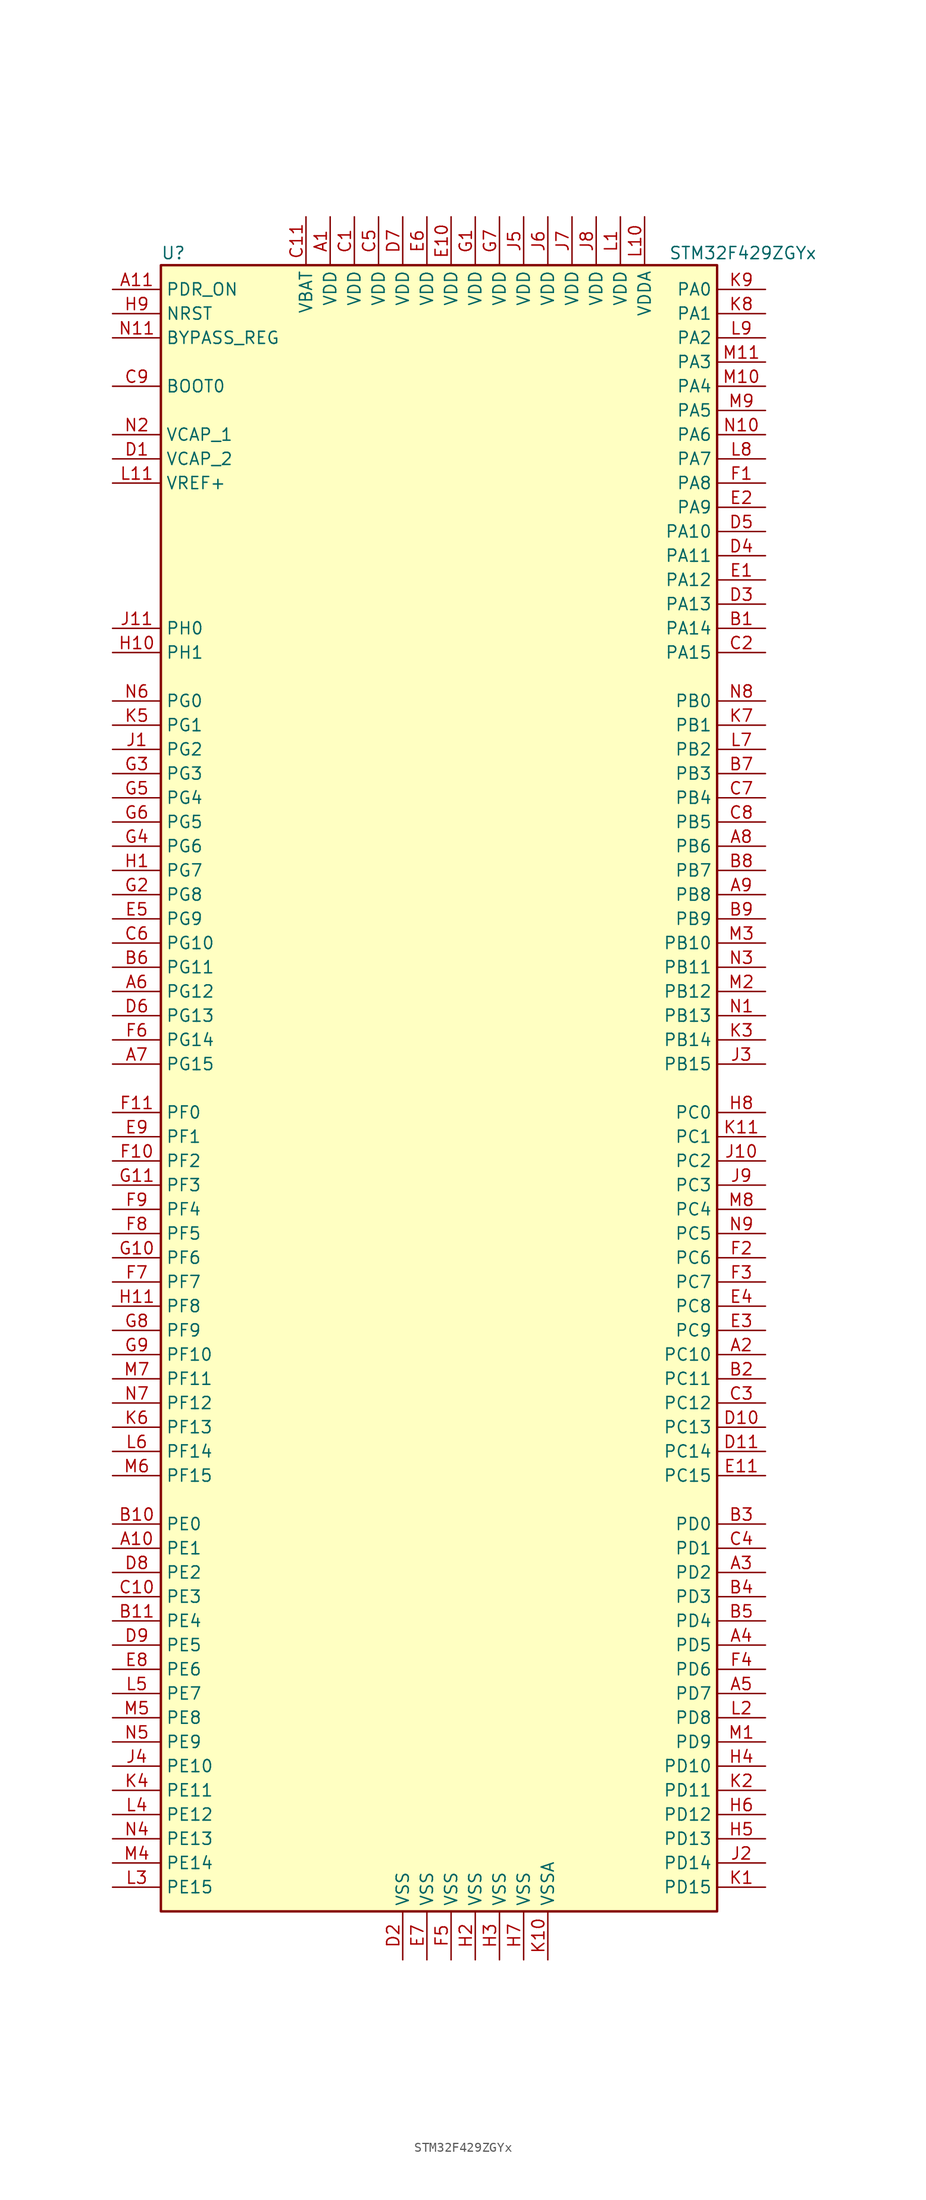
<source format=kicad_sym>
(kicad_symbol_lib
  (version 20201005)
  (generator kicad_symbol_editor)
  (symbol "MCU_ST_STM32F4:STM32F429ZGYx"
    (property "Reference" "U"
      (at -30.48 87.63 0)
      (effects (font (size 1.27 1.27)) (justify left)))
    (property "Value" "STM32F429ZGYx"
      (at 22.86 87.63 0)
      (effects (font (size 1.27 1.27)) (justify left)))
    (symbol "STM32F429ZGYx_0_1"
      (rectangle (start -30.48 -86.36) (end 27.94 86.36) (stroke (width 0.254)) (fill (type background))))
    (symbol "STM32F429ZGYx_1_1"
      (pin input line (at -35.56 73.66 0) (length 5.08) (name "BOOT0" (effects (font (size 1.27 1.27)))) (number "C9" (effects (font (size 1.27 1.27)))))
      (pin input line (at -35.56 78.74 0) (length 5.08) (name "BYPASS_REG" (effects (font (size 1.27 1.27)))) (number "N11" (effects (font (size 1.27 1.27)))))
      (pin input line (at -35.56 81.28 0) (length 5.08) (name "NRST" (effects (font (size 1.27 1.27)))) (number "H9" (effects (font (size 1.27 1.27)))))
      (pin bidirectional line (at 33.02 83.82 180) (length 5.08) (name "PA0" (effects (font (size 1.27 1.27)))) (number "K9" (effects (font (size 1.27 1.27)))))
      (pin bidirectional line (at 33.02 81.28 180) (length 5.08) (name "PA1" (effects (font (size 1.27 1.27)))) (number "K8" (effects (font (size 1.27 1.27)))))
      (pin bidirectional line (at 33.02 58.42 180) (length 5.08) (name "PA10" (effects (font (size 1.27 1.27)))) (number "D5" (effects (font (size 1.27 1.27)))))
      (pin bidirectional line (at 33.02 55.88 180) (length 5.08) (name "PA11" (effects (font (size 1.27 1.27)))) (number "D4" (effects (font (size 1.27 1.27)))))
      (pin bidirectional line (at 33.02 53.34 180) (length 5.08) (name "PA12" (effects (font (size 1.27 1.27)))) (number "E1" (effects (font (size 1.27 1.27)))))
      (pin bidirectional line (at 33.02 50.8 180) (length 5.08) (name "PA13" (effects (font (size 1.27 1.27)))) (number "D3" (effects (font (size 1.27 1.27)))))
      (pin bidirectional line (at 33.02 48.26 180) (length 5.08) (name "PA14" (effects (font (size 1.27 1.27)))) (number "B1" (effects (font (size 1.27 1.27)))))
      (pin bidirectional line (at 33.02 45.72 180) (length 5.08) (name "PA15" (effects (font (size 1.27 1.27)))) (number "C2" (effects (font (size 1.27 1.27)))))
      (pin bidirectional line (at 33.02 78.74 180) (length 5.08) (name "PA2" (effects (font (size 1.27 1.27)))) (number "L9" (effects (font (size 1.27 1.27)))))
      (pin bidirectional line (at 33.02 76.2 180) (length 5.08) (name "PA3" (effects (font (size 1.27 1.27)))) (number "M11" (effects (font (size 1.27 1.27)))))
      (pin bidirectional line (at 33.02 73.66 180) (length 5.08) (name "PA4" (effects (font (size 1.27 1.27)))) (number "M10" (effects (font (size 1.27 1.27)))))
      (pin bidirectional line (at 33.02 71.12 180) (length 5.08) (name "PA5" (effects (font (size 1.27 1.27)))) (number "M9" (effects (font (size 1.27 1.27)))))
      (pin bidirectional line (at 33.02 68.58 180) (length 5.08) (name "PA6" (effects (font (size 1.27 1.27)))) (number "N10" (effects (font (size 1.27 1.27)))))
      (pin bidirectional line (at 33.02 66.04 180) (length 5.08) (name "PA7" (effects (font (size 1.27 1.27)))) (number "L8" (effects (font (size 1.27 1.27)))))
      (pin bidirectional line (at 33.02 63.5 180) (length 5.08) (name "PA8" (effects (font (size 1.27 1.27)))) (number "F1" (effects (font (size 1.27 1.27)))))
      (pin bidirectional line (at 33.02 60.96 180) (length 5.08) (name "PA9" (effects (font (size 1.27 1.27)))) (number "E2" (effects (font (size 1.27 1.27)))))
      (pin bidirectional line (at 33.02 40.64 180) (length 5.08) (name "PB0" (effects (font (size 1.27 1.27)))) (number "N8" (effects (font (size 1.27 1.27)))))
      (pin bidirectional line (at 33.02 38.1 180) (length 5.08) (name "PB1" (effects (font (size 1.27 1.27)))) (number "K7" (effects (font (size 1.27 1.27)))))
      (pin bidirectional line (at 33.02 15.24 180) (length 5.08) (name "PB10" (effects (font (size 1.27 1.27)))) (number "M3" (effects (font (size 1.27 1.27)))))
      (pin bidirectional line (at 33.02 12.7 180) (length 5.08) (name "PB11" (effects (font (size 1.27 1.27)))) (number "N3" (effects (font (size 1.27 1.27)))))
      (pin bidirectional line (at 33.02 10.16 180) (length 5.08) (name "PB12" (effects (font (size 1.27 1.27)))) (number "M2" (effects (font (size 1.27 1.27)))))
      (pin bidirectional line (at 33.02 7.62 180) (length 5.08) (name "PB13" (effects (font (size 1.27 1.27)))) (number "N1" (effects (font (size 1.27 1.27)))))
      (pin bidirectional line (at 33.02 5.08 180) (length 5.08) (name "PB14" (effects (font (size 1.27 1.27)))) (number "K3" (effects (font (size 1.27 1.27)))))
      (pin bidirectional line (at 33.02 2.54 180) (length 5.08) (name "PB15" (effects (font (size 1.27 1.27)))) (number "J3" (effects (font (size 1.27 1.27)))))
      (pin bidirectional line (at 33.02 35.56 180) (length 5.08) (name "PB2" (effects (font (size 1.27 1.27)))) (number "L7" (effects (font (size 1.27 1.27)))))
      (pin bidirectional line (at 33.02 33.02 180) (length 5.08) (name "PB3" (effects (font (size 1.27 1.27)))) (number "B7" (effects (font (size 1.27 1.27)))))
      (pin bidirectional line (at 33.02 30.48 180) (length 5.08) (name "PB4" (effects (font (size 1.27 1.27)))) (number "C7" (effects (font (size 1.27 1.27)))))
      (pin bidirectional line (at 33.02 27.94 180) (length 5.08) (name "PB5" (effects (font (size 1.27 1.27)))) (number "C8" (effects (font (size 1.27 1.27)))))
      (pin bidirectional line (at 33.02 25.4 180) (length 5.08) (name "PB6" (effects (font (size 1.27 1.27)))) (number "A8" (effects (font (size 1.27 1.27)))))
      (pin bidirectional line (at 33.02 22.86 180) (length 5.08) (name "PB7" (effects (font (size 1.27 1.27)))) (number "B8" (effects (font (size 1.27 1.27)))))
      (pin bidirectional line (at 33.02 20.32 180) (length 5.08) (name "PB8" (effects (font (size 1.27 1.27)))) (number "A9" (effects (font (size 1.27 1.27)))))
      (pin bidirectional line (at 33.02 17.78 180) (length 5.08) (name "PB9" (effects (font (size 1.27 1.27)))) (number "B9" (effects (font (size 1.27 1.27)))))
      (pin bidirectional line (at 33.02 -2.54 180) (length 5.08) (name "PC0" (effects (font (size 1.27 1.27)))) (number "H8" (effects (font (size 1.27 1.27)))))
      (pin bidirectional line (at 33.02 -5.08 180) (length 5.08) (name "PC1" (effects (font (size 1.27 1.27)))) (number "K11" (effects (font (size 1.27 1.27)))))
      (pin bidirectional line (at 33.02 -27.94 180) (length 5.08) (name "PC10" (effects (font (size 1.27 1.27)))) (number "A2" (effects (font (size 1.27 1.27)))))
      (pin bidirectional line (at 33.02 -30.48 180) (length 5.08) (name "PC11" (effects (font (size 1.27 1.27)))) (number "B2" (effects (font (size 1.27 1.27)))))
      (pin bidirectional line (at 33.02 -33.02 180) (length 5.08) (name "PC12" (effects (font (size 1.27 1.27)))) (number "C3" (effects (font (size 1.27 1.27)))))
      (pin bidirectional line (at 33.02 -35.56 180) (length 5.08) (name "PC13" (effects (font (size 1.27 1.27)))) (number "D10" (effects (font (size 1.27 1.27)))))
      (pin bidirectional line (at 33.02 -38.1 180) (length 5.08) (name "PC14" (effects (font (size 1.27 1.27)))) (number "D11" (effects (font (size 1.27 1.27)))))
      (pin bidirectional line (at 33.02 -40.64 180) (length 5.08) (name "PC15" (effects (font (size 1.27 1.27)))) (number "E11" (effects (font (size 1.27 1.27)))))
      (pin bidirectional line (at 33.02 -7.62 180) (length 5.08) (name "PC2" (effects (font (size 1.27 1.27)))) (number "J10" (effects (font (size 1.27 1.27)))))
      (pin bidirectional line (at 33.02 -10.16 180) (length 5.08) (name "PC3" (effects (font (size 1.27 1.27)))) (number "J9" (effects (font (size 1.27 1.27)))))
      (pin bidirectional line (at 33.02 -12.7 180) (length 5.08) (name "PC4" (effects (font (size 1.27 1.27)))) (number "M8" (effects (font (size 1.27 1.27)))))
      (pin bidirectional line (at 33.02 -15.24 180) (length 5.08) (name "PC5" (effects (font (size 1.27 1.27)))) (number "N9" (effects (font (size 1.27 1.27)))))
      (pin bidirectional line (at 33.02 -17.78 180) (length 5.08) (name "PC6" (effects (font (size 1.27 1.27)))) (number "F2" (effects (font (size 1.27 1.27)))))
      (pin bidirectional line (at 33.02 -20.32 180) (length 5.08) (name "PC7" (effects (font (size 1.27 1.27)))) (number "F3" (effects (font (size 1.27 1.27)))))
      (pin bidirectional line (at 33.02 -22.86 180) (length 5.08) (name "PC8" (effects (font (size 1.27 1.27)))) (number "E4" (effects (font (size 1.27 1.27)))))
      (pin bidirectional line (at 33.02 -25.4 180) (length 5.08) (name "PC9" (effects (font (size 1.27 1.27)))) (number "E3" (effects (font (size 1.27 1.27)))))
      (pin bidirectional line (at 33.02 -45.72 180) (length 5.08) (name "PD0" (effects (font (size 1.27 1.27)))) (number "B3" (effects (font (size 1.27 1.27)))))
      (pin bidirectional line (at 33.02 -48.26 180) (length 5.08) (name "PD1" (effects (font (size 1.27 1.27)))) (number "C4" (effects (font (size 1.27 1.27)))))
      (pin bidirectional line (at 33.02 -71.12 180) (length 5.08) (name "PD10" (effects (font (size 1.27 1.27)))) (number "H4" (effects (font (size 1.27 1.27)))))
      (pin bidirectional line (at 33.02 -73.66 180) (length 5.08) (name "PD11" (effects (font (size 1.27 1.27)))) (number "K2" (effects (font (size 1.27 1.27)))))
      (pin bidirectional line (at 33.02 -76.2 180) (length 5.08) (name "PD12" (effects (font (size 1.27 1.27)))) (number "H6" (effects (font (size 1.27 1.27)))))
      (pin bidirectional line (at 33.02 -78.74 180) (length 5.08) (name "PD13" (effects (font (size 1.27 1.27)))) (number "H5" (effects (font (size 1.27 1.27)))))
      (pin bidirectional line (at 33.02 -81.28 180) (length 5.08) (name "PD14" (effects (font (size 1.27 1.27)))) (number "J2" (effects (font (size 1.27 1.27)))))
      (pin bidirectional line (at 33.02 -83.82 180) (length 5.08) (name "PD15" (effects (font (size 1.27 1.27)))) (number "K1" (effects (font (size 1.27 1.27)))))
      (pin bidirectional line (at 33.02 -50.8 180) (length 5.08) (name "PD2" (effects (font (size 1.27 1.27)))) (number "A3" (effects (font (size 1.27 1.27)))))
      (pin bidirectional line (at 33.02 -53.34 180) (length 5.08) (name "PD3" (effects (font (size 1.27 1.27)))) (number "B4" (effects (font (size 1.27 1.27)))))
      (pin bidirectional line (at 33.02 -55.88 180) (length 5.08) (name "PD4" (effects (font (size 1.27 1.27)))) (number "B5" (effects (font (size 1.27 1.27)))))
      (pin bidirectional line (at 33.02 -58.42 180) (length 5.08) (name "PD5" (effects (font (size 1.27 1.27)))) (number "A4" (effects (font (size 1.27 1.27)))))
      (pin bidirectional line (at 33.02 -60.96 180) (length 5.08) (name "PD6" (effects (font (size 1.27 1.27)))) (number "F4" (effects (font (size 1.27 1.27)))))
      (pin bidirectional line (at 33.02 -63.5 180) (length 5.08) (name "PD7" (effects (font (size 1.27 1.27)))) (number "A5" (effects (font (size 1.27 1.27)))))
      (pin bidirectional line (at 33.02 -66.04 180) (length 5.08) (name "PD8" (effects (font (size 1.27 1.27)))) (number "L2" (effects (font (size 1.27 1.27)))))
      (pin bidirectional line (at 33.02 -68.58 180) (length 5.08) (name "PD9" (effects (font (size 1.27 1.27)))) (number "M1" (effects (font (size 1.27 1.27)))))
      (pin input line (at -35.56 83.82 0) (length 5.08) (name "PDR_ON" (effects (font (size 1.27 1.27)))) (number "A11" (effects (font (size 1.27 1.27)))))
      (pin bidirectional line (at -35.56 -45.72 0) (length 5.08) (name "PE0" (effects (font (size 1.27 1.27)))) (number "B10" (effects (font (size 1.27 1.27)))))
      (pin bidirectional line (at -35.56 -48.26 0) (length 5.08) (name "PE1" (effects (font (size 1.27 1.27)))) (number "A10" (effects (font (size 1.27 1.27)))))
      (pin bidirectional line (at -35.56 -71.12 0) (length 5.08) (name "PE10" (effects (font (size 1.27 1.27)))) (number "J4" (effects (font (size 1.27 1.27)))))
      (pin bidirectional line (at -35.56 -73.66 0) (length 5.08) (name "PE11" (effects (font (size 1.27 1.27)))) (number "K4" (effects (font (size 1.27 1.27)))))
      (pin bidirectional line (at -35.56 -76.2 0) (length 5.08) (name "PE12" (effects (font (size 1.27 1.27)))) (number "L4" (effects (font (size 1.27 1.27)))))
      (pin bidirectional line (at -35.56 -78.74 0) (length 5.08) (name "PE13" (effects (font (size 1.27 1.27)))) (number "N4" (effects (font (size 1.27 1.27)))))
      (pin bidirectional line (at -35.56 -81.28 0) (length 5.08) (name "PE14" (effects (font (size 1.27 1.27)))) (number "M4" (effects (font (size 1.27 1.27)))))
      (pin bidirectional line (at -35.56 -83.82 0) (length 5.08) (name "PE15" (effects (font (size 1.27 1.27)))) (number "L3" (effects (font (size 1.27 1.27)))))
      (pin bidirectional line (at -35.56 -50.8 0) (length 5.08) (name "PE2" (effects (font (size 1.27 1.27)))) (number "D8" (effects (font (size 1.27 1.27)))))
      (pin bidirectional line (at -35.56 -53.34 0) (length 5.08) (name "PE3" (effects (font (size 1.27 1.27)))) (number "C10" (effects (font (size 1.27 1.27)))))
      (pin bidirectional line (at -35.56 -55.88 0) (length 5.08) (name "PE4" (effects (font (size 1.27 1.27)))) (number "B11" (effects (font (size 1.27 1.27)))))
      (pin bidirectional line (at -35.56 -58.42 0) (length 5.08) (name "PE5" (effects (font (size 1.27 1.27)))) (number "D9" (effects (font (size 1.27 1.27)))))
      (pin bidirectional line (at -35.56 -60.96 0) (length 5.08) (name "PE6" (effects (font (size 1.27 1.27)))) (number "E8" (effects (font (size 1.27 1.27)))))
      (pin bidirectional line (at -35.56 -63.5 0) (length 5.08) (name "PE7" (effects (font (size 1.27 1.27)))) (number "L5" (effects (font (size 1.27 1.27)))))
      (pin bidirectional line (at -35.56 -66.04 0) (length 5.08) (name "PE8" (effects (font (size 1.27 1.27)))) (number "M5" (effects (font (size 1.27 1.27)))))
      (pin bidirectional line (at -35.56 -68.58 0) (length 5.08) (name "PE9" (effects (font (size 1.27 1.27)))) (number "N5" (effects (font (size 1.27 1.27)))))
      (pin bidirectional line (at -35.56 -2.54 0) (length 5.08) (name "PF0" (effects (font (size 1.27 1.27)))) (number "F11" (effects (font (size 1.27 1.27)))))
      (pin bidirectional line (at -35.56 -5.08 0) (length 5.08) (name "PF1" (effects (font (size 1.27 1.27)))) (number "E9" (effects (font (size 1.27 1.27)))))
      (pin bidirectional line (at -35.56 -27.94 0) (length 5.08) (name "PF10" (effects (font (size 1.27 1.27)))) (number "G9" (effects (font (size 1.27 1.27)))))
      (pin bidirectional line (at -35.56 -30.48 0) (length 5.08) (name "PF11" (effects (font (size 1.27 1.27)))) (number "M7" (effects (font (size 1.27 1.27)))))
      (pin bidirectional line (at -35.56 -33.02 0) (length 5.08) (name "PF12" (effects (font (size 1.27 1.27)))) (number "N7" (effects (font (size 1.27 1.27)))))
      (pin bidirectional line (at -35.56 -35.56 0) (length 5.08) (name "PF13" (effects (font (size 1.27 1.27)))) (number "K6" (effects (font (size 1.27 1.27)))))
      (pin bidirectional line (at -35.56 -38.1 0) (length 5.08) (name "PF14" (effects (font (size 1.27 1.27)))) (number "L6" (effects (font (size 1.27 1.27)))))
      (pin bidirectional line (at -35.56 -40.64 0) (length 5.08) (name "PF15" (effects (font (size 1.27 1.27)))) (number "M6" (effects (font (size 1.27 1.27)))))
      (pin bidirectional line (at -35.56 -7.62 0) (length 5.08) (name "PF2" (effects (font (size 1.27 1.27)))) (number "F10" (effects (font (size 1.27 1.27)))))
      (pin bidirectional line (at -35.56 -10.16 0) (length 5.08) (name "PF3" (effects (font (size 1.27 1.27)))) (number "G11" (effects (font (size 1.27 1.27)))))
      (pin bidirectional line (at -35.56 -12.7 0) (length 5.08) (name "PF4" (effects (font (size 1.27 1.27)))) (number "F9" (effects (font (size 1.27 1.27)))))
      (pin bidirectional line (at -35.56 -15.24 0) (length 5.08) (name "PF5" (effects (font (size 1.27 1.27)))) (number "F8" (effects (font (size 1.27 1.27)))))
      (pin bidirectional line (at -35.56 -17.78 0) (length 5.08) (name "PF6" (effects (font (size 1.27 1.27)))) (number "G10" (effects (font (size 1.27 1.27)))))
      (pin bidirectional line (at -35.56 -20.32 0) (length 5.08) (name "PF7" (effects (font (size 1.27 1.27)))) (number "F7" (effects (font (size 1.27 1.27)))))
      (pin bidirectional line (at -35.56 -22.86 0) (length 5.08) (name "PF8" (effects (font (size 1.27 1.27)))) (number "H11" (effects (font (size 1.27 1.27)))))
      (pin bidirectional line (at -35.56 -25.4 0) (length 5.08) (name "PF9" (effects (font (size 1.27 1.27)))) (number "G8" (effects (font (size 1.27 1.27)))))
      (pin bidirectional line (at -35.56 40.64 0) (length 5.08) (name "PG0" (effects (font (size 1.27 1.27)))) (number "N6" (effects (font (size 1.27 1.27)))))
      (pin bidirectional line (at -35.56 38.1 0) (length 5.08) (name "PG1" (effects (font (size 1.27 1.27)))) (number "K5" (effects (font (size 1.27 1.27)))))
      (pin bidirectional line (at -35.56 15.24 0) (length 5.08) (name "PG10" (effects (font (size 1.27 1.27)))) (number "C6" (effects (font (size 1.27 1.27)))))
      (pin bidirectional line (at -35.56 12.7 0) (length 5.08) (name "PG11" (effects (font (size 1.27 1.27)))) (number "B6" (effects (font (size 1.27 1.27)))))
      (pin bidirectional line (at -35.56 10.16 0) (length 5.08) (name "PG12" (effects (font (size 1.27 1.27)))) (number "A6" (effects (font (size 1.27 1.27)))))
      (pin bidirectional line (at -35.56 7.62 0) (length 5.08) (name "PG13" (effects (font (size 1.27 1.27)))) (number "D6" (effects (font (size 1.27 1.27)))))
      (pin bidirectional line (at -35.56 5.08 0) (length 5.08) (name "PG14" (effects (font (size 1.27 1.27)))) (number "F6" (effects (font (size 1.27 1.27)))))
      (pin bidirectional line (at -35.56 2.54 0) (length 5.08) (name "PG15" (effects (font (size 1.27 1.27)))) (number "A7" (effects (font (size 1.27 1.27)))))
      (pin bidirectional line (at -35.56 35.56 0) (length 5.08) (name "PG2" (effects (font (size 1.27 1.27)))) (number "J1" (effects (font (size 1.27 1.27)))))
      (pin bidirectional line (at -35.56 33.02 0) (length 5.08) (name "PG3" (effects (font (size 1.27 1.27)))) (number "G3" (effects (font (size 1.27 1.27)))))
      (pin bidirectional line (at -35.56 30.48 0) (length 5.08) (name "PG4" (effects (font (size 1.27 1.27)))) (number "G5" (effects (font (size 1.27 1.27)))))
      (pin bidirectional line (at -35.56 27.94 0) (length 5.08) (name "PG5" (effects (font (size 1.27 1.27)))) (number "G6" (effects (font (size 1.27 1.27)))))
      (pin bidirectional line (at -35.56 25.4 0) (length 5.08) (name "PG6" (effects (font (size 1.27 1.27)))) (number "G4" (effects (font (size 1.27 1.27)))))
      (pin bidirectional line (at -35.56 22.86 0) (length 5.08) (name "PG7" (effects (font (size 1.27 1.27)))) (number "H1" (effects (font (size 1.27 1.27)))))
      (pin bidirectional line (at -35.56 20.32 0) (length 5.08) (name "PG8" (effects (font (size 1.27 1.27)))) (number "G2" (effects (font (size 1.27 1.27)))))
      (pin bidirectional line (at -35.56 17.78 0) (length 5.08) (name "PG9" (effects (font (size 1.27 1.27)))) (number "E5" (effects (font (size 1.27 1.27)))))
      (pin input line (at -35.56 48.26 0) (length 5.08) (name "PH0" (effects (font (size 1.27 1.27)))) (number "J11" (effects (font (size 1.27 1.27)))))
      (pin input line (at -35.56 45.72 0) (length 5.08) (name "PH1" (effects (font (size 1.27 1.27)))) (number "H10" (effects (font (size 1.27 1.27)))))
      (pin power_in line (at -15.24 91.44 270) (length 5.08) (name "VBAT" (effects (font (size 1.27 1.27)))) (number "C11" (effects (font (size 1.27 1.27)))))
      (pin power_in line (at -35.56 68.58 0) (length 5.08) (name "VCAP_1" (effects (font (size 1.27 1.27)))) (number "N2" (effects (font (size 1.27 1.27)))))
      (pin power_in line (at -35.56 66.04 0) (length 5.08) (name "VCAP_2" (effects (font (size 1.27 1.27)))) (number "D1" (effects (font (size 1.27 1.27)))))
      (pin power_in line (at -12.7 91.44 270) (length 5.08) (name "VDD" (effects (font (size 1.27 1.27)))) (number "A1" (effects (font (size 1.27 1.27)))))
      (pin power_in line (at -10.16 91.44 270) (length 5.08) (name "VDD" (effects (font (size 1.27 1.27)))) (number "C1" (effects (font (size 1.27 1.27)))))
      (pin power_in line (at -7.62 91.44 270) (length 5.08) (name "VDD" (effects (font (size 1.27 1.27)))) (number "C5" (effects (font (size 1.27 1.27)))))
      (pin power_in line (at -5.08 91.44 270) (length 5.08) (name "VDD" (effects (font (size 1.27 1.27)))) (number "D7" (effects (font (size 1.27 1.27)))))
      (pin power_in line (at 0 91.44 270) (length 5.08) (name "VDD" (effects (font (size 1.27 1.27)))) (number "E10" (effects (font (size 1.27 1.27)))))
      (pin power_in line (at -2.54 91.44 270) (length 5.08) (name "VDD" (effects (font (size 1.27 1.27)))) (number "E6" (effects (font (size 1.27 1.27)))))
      (pin power_in line (at 2.54 91.44 270) (length 5.08) (name "VDD" (effects (font (size 1.27 1.27)))) (number "G1" (effects (font (size 1.27 1.27)))))
      (pin power_in line (at 5.08 91.44 270) (length 5.08) (name "VDD" (effects (font (size 1.27 1.27)))) (number "G7" (effects (font (size 1.27 1.27)))))
      (pin power_in line (at 7.62 91.44 270) (length 5.08) (name "VDD" (effects (font (size 1.27 1.27)))) (number "J5" (effects (font (size 1.27 1.27)))))
      (pin power_in line (at 10.16 91.44 270) (length 5.08) (name "VDD" (effects (font (size 1.27 1.27)))) (number "J6" (effects (font (size 1.27 1.27)))))
      (pin power_in line (at 12.7 91.44 270) (length 5.08) (name "VDD" (effects (font (size 1.27 1.27)))) (number "J7" (effects (font (size 1.27 1.27)))))
      (pin power_in line (at 15.24 91.44 270) (length 5.08) (name "VDD" (effects (font (size 1.27 1.27)))) (number "J8" (effects (font (size 1.27 1.27)))))
      (pin power_in line (at 17.78 91.44 270) (length 5.08) (name "VDD" (effects (font (size 1.27 1.27)))) (number "L1" (effects (font (size 1.27 1.27)))))
      (pin power_in line (at 20.32 91.44 270) (length 5.08) (name "VDDA" (effects (font (size 1.27 1.27)))) (number "L10" (effects (font (size 1.27 1.27)))))
      (pin power_in line (at -35.56 63.5 0) (length 5.08) (name "VREF+" (effects (font (size 1.27 1.27)))) (number "L11" (effects (font (size 1.27 1.27)))))
      (pin power_in line (at -5.08 -91.44 90) (length 5.08) (name "VSS" (effects (font (size 1.27 1.27)))) (number "D2" (effects (font (size 1.27 1.27)))))
      (pin power_in line (at -2.54 -91.44 90) (length 5.08) (name "VSS" (effects (font (size 1.27 1.27)))) (number "E7" (effects (font (size 1.27 1.27)))))
      (pin power_in line (at 0 -91.44 90) (length 5.08) (name "VSS" (effects (font (size 1.27 1.27)))) (number "F5" (effects (font (size 1.27 1.27)))))
      (pin power_in line (at 2.54 -91.44 90) (length 5.08) (name "VSS" (effects (font (size 1.27 1.27)))) (number "H2" (effects (font (size 1.27 1.27)))))
      (pin power_in line (at 5.08 -91.44 90) (length 5.08) (name "VSS" (effects (font (size 1.27 1.27)))) (number "H3" (effects (font (size 1.27 1.27)))))
      (pin power_in line (at 7.62 -91.44 90) (length 5.08) (name "VSS" (effects (font (size 1.27 1.27)))) (number "H7" (effects (font (size 1.27 1.27)))))
      (pin power_in line (at 10.16 -91.44 90) (length 5.08) (name "VSSA" (effects (font (size 1.27 1.27)))) (number "K10" (effects (font (size 1.27 1.27))))))))
</source>
